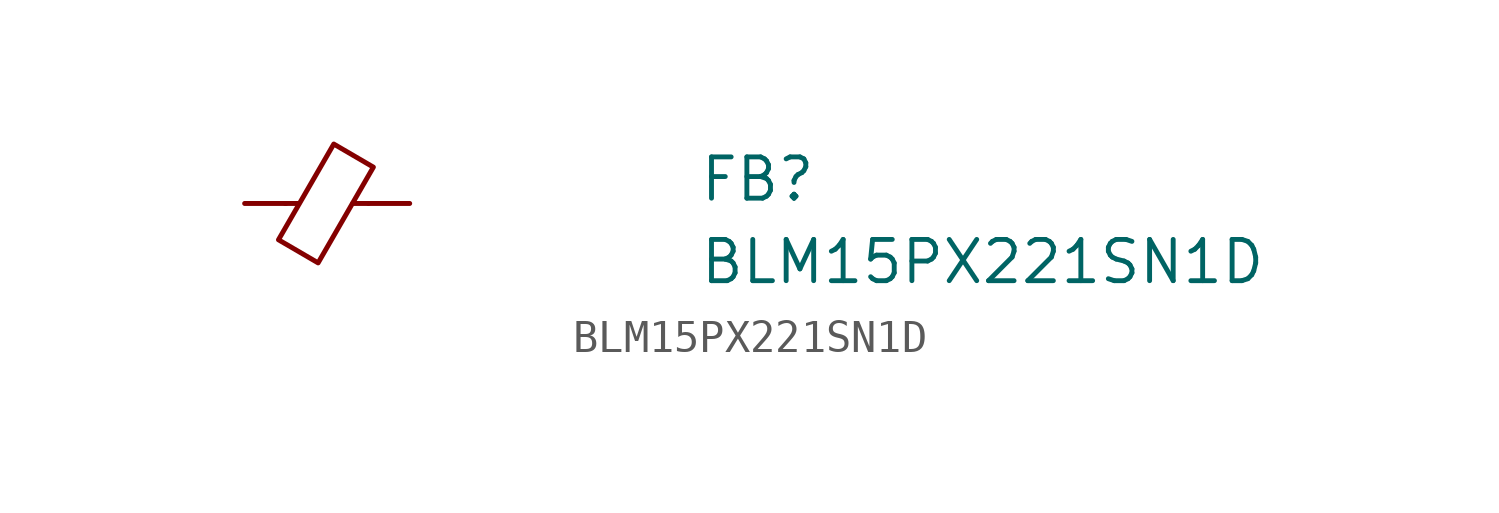
<source format=kicad_sym>
(kicad_symbol_lib
  (version 20211014)
  (generator kicad_symbol_editor)
  (symbol "BLM15PX221SN1D"
    (pin_numbers hide)
    (pin_names hide)
    (property "Reference" "FB"
      (at 13.97 0 0)
      (effects (font (size 1.27 1.27) (thickness 0.15)) (justify left bottom)))
    (property "Value" "BLM15PX221SN1D"
      (at 13.97 -2.54 0)
      (effects (font (size 1.27 1.27) (thickness 0.15)) (justify left bottom)))
    (symbol "BLM15PX221SN1D_0_1"
      (polyline (pts (xy 1.651 0) (xy 1.245 0)) (stroke (width 0) (type default) (color 0 0 0 0)) (fill (type none)))
      (polyline (pts (xy 3.81 0) (xy 3.327 0)) (stroke (width 0) (type default) (color 0 0 0 0)) (fill (type none)))
      (polyline (pts (xy 2.261 -1.829) (xy 1.041 -1.118) (xy 2.743 1.829) (xy 3.962 1.118) (xy 2.261 -1.829)) (stroke (width 0) (type default) (color 0 0 0 0)) (fill (type none))))
    (symbol "BLM15PX221SN1D_1_1"
      (pin passive line (at 0 0 0) (length 1.27) (name "~" (effects (font (size 1.27 1.27)))) (number "1" (effects (font (size 1.27 1.27)))))
      (pin passive line (at 5.08 0 180) (length 1.27) (name "~" (effects (font (size 1.27 1.27)))) (number "2" (effects (font (size 1.27 1.27))))))))
</source>
